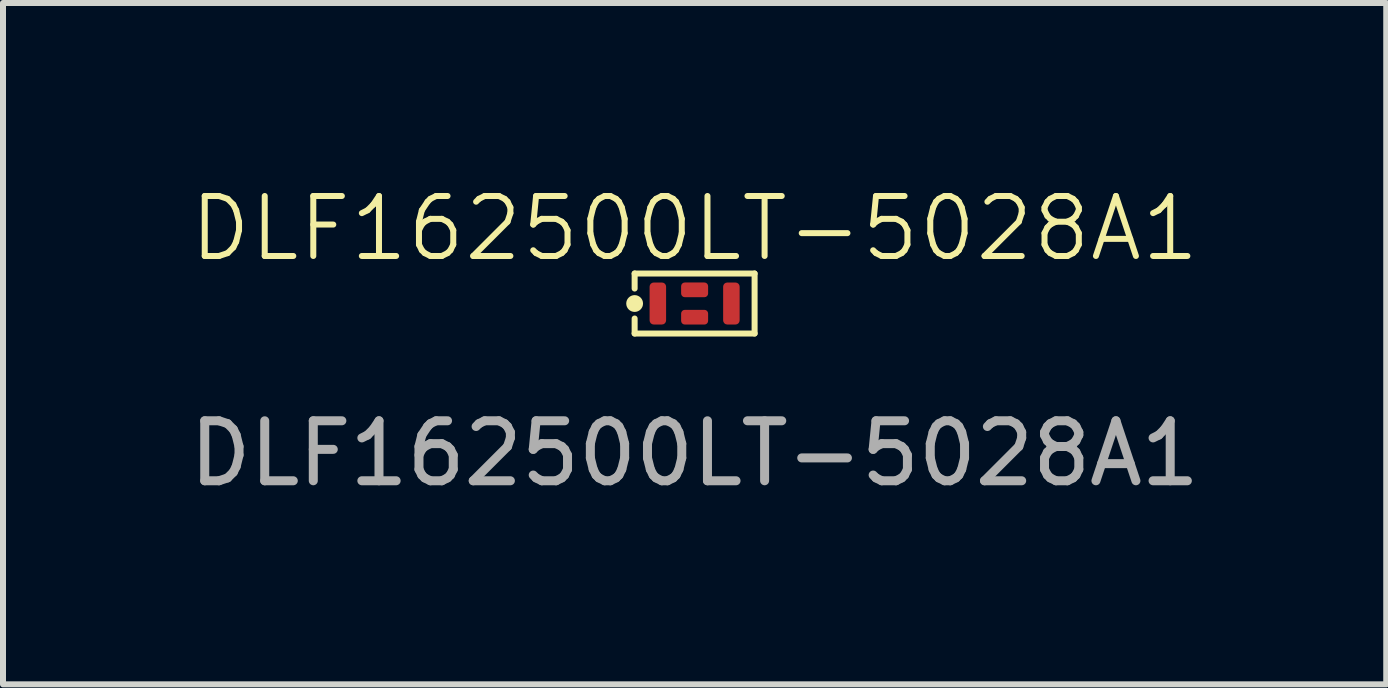
<source format=kicad_pcb>
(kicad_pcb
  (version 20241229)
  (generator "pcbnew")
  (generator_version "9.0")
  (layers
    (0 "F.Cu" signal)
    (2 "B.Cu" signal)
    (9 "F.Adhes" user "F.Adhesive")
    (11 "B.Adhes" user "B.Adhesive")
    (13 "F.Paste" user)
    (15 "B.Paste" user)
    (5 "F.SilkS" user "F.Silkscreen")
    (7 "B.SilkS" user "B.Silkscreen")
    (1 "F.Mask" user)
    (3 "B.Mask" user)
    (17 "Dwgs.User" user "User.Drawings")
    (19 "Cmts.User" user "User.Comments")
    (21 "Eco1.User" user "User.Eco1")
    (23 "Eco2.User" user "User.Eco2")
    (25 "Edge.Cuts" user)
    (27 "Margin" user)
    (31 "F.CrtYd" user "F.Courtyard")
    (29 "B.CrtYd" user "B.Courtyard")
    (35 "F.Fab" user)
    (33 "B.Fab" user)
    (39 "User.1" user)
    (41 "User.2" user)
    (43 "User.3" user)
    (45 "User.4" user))
  (footprint "DLF162500LT-5028A1"
    (layer "F.Cu")
    (at 8.53 2.01)
    (property "Reference" "DLF162500LT-5028A1" (at 0 -1.25 0) (unlocked yes) (layer "F.SilkS") (effects (font (size 1 1) (thickness 0.1))))
    (attr smd)
    (fp_line (start -1 -0.5) (end 1 -0.5) (stroke (width 0.1) (type default)) (layer "F.SilkS"))
    (fp_line (start -1 -0.25) (end -1 -0.5) (stroke (width 0.1) (type default)) (layer "F.SilkS"))
    (fp_line (start -1 0.5) (end -1 0.25) (stroke (width 0.1) (type default)) (layer "F.SilkS"))
    (fp_line (start 1 -0.5) (end 1 0.5) (stroke (width 0.1) (type default)) (layer "F.SilkS"))
    (fp_line (start 1 0.5) (end -1 0.5) (stroke (width 0.1) (type default)) (layer "F.SilkS"))
    (fp_circle (center -1 0) (end -0.91 0) (stroke (width 0.1) (type solid)) (fill yes) (layer "F.SilkS"))
    (fp_text user "${REFERENCE}" (at 0 2.5 0) (unlocked yes) (layer "F.Fab") (effects (font (size 1 1) (thickness 0.15))))
    (pad "1" smd roundrect (at -0.613 0) (size 0.275 0.7) (layers "F.Cu" "F.Mask" "F.Paste") (roundrect_rratio 0.25))
    (pad "2" smd roundrect (at 0 0.228) (size 0.45 0.245) (layers "F.Cu" "F.Mask" "F.Paste") (roundrect_rratio 0.25))
    (pad "3" smd roundrect (at 0.613 0) (size 0.275 0.7) (layers "F.Cu" "F.Mask" "F.Paste") (roundrect_rratio 0.25))
    (pad "4" smd roundrect (at 0 -0.228) (size 0.45 0.245) (layers "F.Cu" "F.Mask" "F.Paste") (roundrect_rratio 0.25)))
  (gr_rect
    (start -3 -3)
    (end 20.06 8.359)
    (stroke (width 0.1) (type default))
    (fill no)
    (layer "Edge.Cuts")))
</source>
